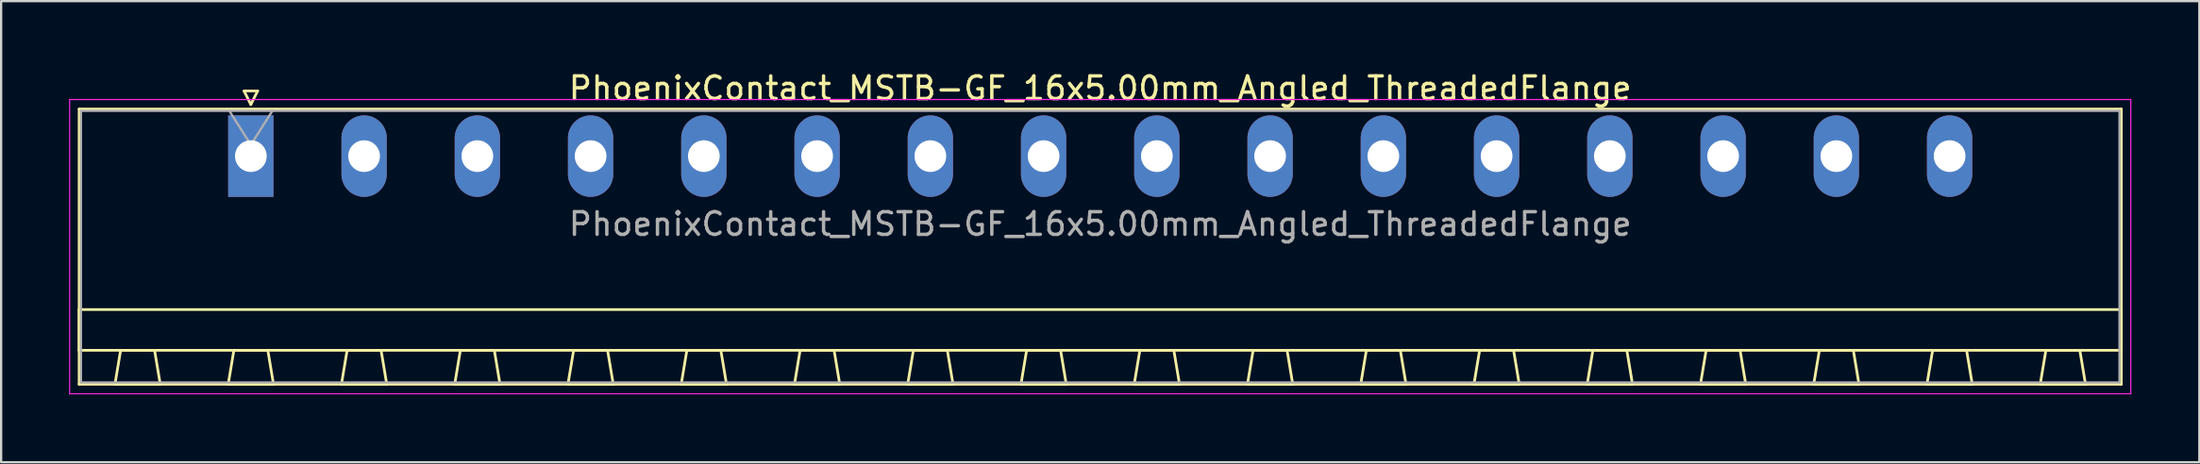
<source format=kicad_pcb>
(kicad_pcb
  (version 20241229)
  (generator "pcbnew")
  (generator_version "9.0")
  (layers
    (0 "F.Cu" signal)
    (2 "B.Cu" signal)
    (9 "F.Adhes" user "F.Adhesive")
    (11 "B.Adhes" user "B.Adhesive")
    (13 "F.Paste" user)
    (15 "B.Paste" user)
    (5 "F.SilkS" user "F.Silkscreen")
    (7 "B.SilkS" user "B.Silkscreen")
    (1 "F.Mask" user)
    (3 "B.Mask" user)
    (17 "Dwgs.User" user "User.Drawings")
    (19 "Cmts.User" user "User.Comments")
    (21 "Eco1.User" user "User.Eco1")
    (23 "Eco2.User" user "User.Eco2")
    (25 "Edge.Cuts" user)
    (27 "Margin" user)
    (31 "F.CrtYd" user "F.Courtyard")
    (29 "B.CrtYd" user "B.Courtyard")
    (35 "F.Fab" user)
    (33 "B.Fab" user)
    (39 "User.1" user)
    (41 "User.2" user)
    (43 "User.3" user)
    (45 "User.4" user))
  (footprint "PhoenixContact_MSTB-GF_16x5.00mm_Angled_ThreadedFlange"
    (layer "F.Cu")
    (at 8.025 3.848)
    (property "Reference" "PhoenixContact_MSTB-GF_16x5.00mm_Angled_ThreadedFlange" (at 37.5 -3 0) (layer "F.SilkS") (effects (font (size 1 1) (thickness 0.15))))
    (attr through_hole)
    (fp_line (start -7.58 -2.08) (end -7.58 10.08) (stroke (width 0.12) (type solid)) (layer "F.SilkS"))
    (fp_line (start -7.58 6.78) (end 82.58 6.78) (stroke (width 0.12) (type solid)) (layer "F.SilkS"))
    (fp_line (start -7.58 8.58) (end -7.58 6.78) (stroke (width 0.12) (type solid)) (layer "F.SilkS"))
    (fp_line (start -7.58 10.08) (end 82.58 10.08) (stroke (width 0.12) (type solid)) (layer "F.SilkS"))
    (fp_line (start -6 10.08) (end -4 10.08) (stroke (width 0.12) (type solid)) (layer "F.SilkS"))
    (fp_line (start -5.75 8.58) (end -6 10.08) (stroke (width 0.12) (type solid)) (layer "F.SilkS"))
    (fp_line (start -4.25 8.58) (end -5.75 8.58) (stroke (width 0.12) (type solid)) (layer "F.SilkS"))
    (fp_line (start -4 10.08) (end -4.25 8.58) (stroke (width 0.12) (type solid)) (layer "F.SilkS"))
    (fp_line (start -1 10.08) (end 1 10.08) (stroke (width 0.12) (type solid)) (layer "F.SilkS"))
    (fp_line (start -0.75 8.58) (end -1 10.08) (stroke (width 0.12) (type solid)) (layer "F.SilkS"))
    (fp_line (start -0.3 -2.88) (end 0.3 -2.88) (stroke (width 0.12) (type solid)) (layer "F.SilkS"))
    (fp_line (start 0 -2.28) (end -0.3 -2.88) (stroke (width 0.12) (type solid)) (layer "F.SilkS"))
    (fp_line (start 0.3 -2.88) (end 0 -2.28) (stroke (width 0.12) (type solid)) (layer "F.SilkS"))
    (fp_line (start 0.75 8.58) (end -0.75 8.58) (stroke (width 0.12) (type solid)) (layer "F.SilkS"))
    (fp_line (start 1 10.08) (end 0.75 8.58) (stroke (width 0.12) (type solid)) (layer "F.SilkS"))
    (fp_line (start 4 10.08) (end 6 10.08) (stroke (width 0.12) (type solid)) (layer "F.SilkS"))
    (fp_line (start 4.25 8.58) (end 4 10.08) (stroke (width 0.12) (type solid)) (layer "F.SilkS"))
    (fp_line (start 5.75 8.58) (end 4.25 8.58) (stroke (width 0.12) (type solid)) (layer "F.SilkS"))
    (fp_line (start 6 10.08) (end 5.75 8.58) (stroke (width 0.12) (type solid)) (layer "F.SilkS"))
    (fp_line (start 9 10.08) (end 11 10.08) (stroke (width 0.12) (type solid)) (layer "F.SilkS"))
    (fp_line (start 9.25 8.58) (end 9 10.08) (stroke (width 0.12) (type solid)) (layer "F.SilkS"))
    (fp_line (start 10.75 8.58) (end 9.25 8.58) (stroke (width 0.12) (type solid)) (layer "F.SilkS"))
    (fp_line (start 11 10.08) (end 10.75 8.58) (stroke (width 0.12) (type solid)) (layer "F.SilkS"))
    (fp_line (start 14 10.08) (end 16 10.08) (stroke (width 0.12) (type solid)) (layer "F.SilkS"))
    (fp_line (start 14.25 8.58) (end 14 10.08) (stroke (width 0.12) (type solid)) (layer "F.SilkS"))
    (fp_line (start 15.75 8.58) (end 14.25 8.58) (stroke (width 0.12) (type solid)) (layer "F.SilkS"))
    (fp_line (start 16 10.08) (end 15.75 8.58) (stroke (width 0.12) (type solid)) (layer "F.SilkS"))
    (fp_line (start 19 10.08) (end 21 10.08) (stroke (width 0.12) (type solid)) (layer "F.SilkS"))
    (fp_line (start 19.25 8.58) (end 19 10.08) (stroke (width 0.12) (type solid)) (layer "F.SilkS"))
    (fp_line (start 20.75 8.58) (end 19.25 8.58) (stroke (width 0.12) (type solid)) (layer "F.SilkS"))
    (fp_line (start 21 10.08) (end 20.75 8.58) (stroke (width 0.12) (type solid)) (layer "F.SilkS"))
    (fp_line (start 24 10.08) (end 26 10.08) (stroke (width 0.12) (type solid)) (layer "F.SilkS"))
    (fp_line (start 24.25 8.58) (end 24 10.08) (stroke (width 0.12) (type solid)) (layer "F.SilkS"))
    (fp_line (start 25.75 8.58) (end 24.25 8.58) (stroke (width 0.12) (type solid)) (layer "F.SilkS"))
    (fp_line (start 26 10.08) (end 25.75 8.58) (stroke (width 0.12) (type solid)) (layer "F.SilkS"))
    (fp_line (start 29 10.08) (end 31 10.08) (stroke (width 0.12) (type solid)) (layer "F.SilkS"))
    (fp_line (start 29.25 8.58) (end 29 10.08) (stroke (width 0.12) (type solid)) (layer "F.SilkS"))
    (fp_line (start 30.75 8.58) (end 29.25 8.58) (stroke (width 0.12) (type solid)) (layer "F.SilkS"))
    (fp_line (start 31 10.08) (end 30.75 8.58) (stroke (width 0.12) (type solid)) (layer "F.SilkS"))
    (fp_line (start 34 10.08) (end 36 10.08) (stroke (width 0.12) (type solid)) (layer "F.SilkS"))
    (fp_line (start 34.25 8.58) (end 34 10.08) (stroke (width 0.12) (type solid)) (layer "F.SilkS"))
    (fp_line (start 35.75 8.58) (end 34.25 8.58) (stroke (width 0.12) (type solid)) (layer "F.SilkS"))
    (fp_line (start 36 10.08) (end 35.75 8.58) (stroke (width 0.12) (type solid)) (layer "F.SilkS"))
    (fp_line (start 39 10.08) (end 41 10.08) (stroke (width 0.12) (type solid)) (layer "F.SilkS"))
    (fp_line (start 39.25 8.58) (end 39 10.08) (stroke (width 0.12) (type solid)) (layer "F.SilkS"))
    (fp_line (start 40.75 8.58) (end 39.25 8.58) (stroke (width 0.12) (type solid)) (layer "F.SilkS"))
    (fp_line (start 41 10.08) (end 40.75 8.58) (stroke (width 0.12) (type solid)) (layer "F.SilkS"))
    (fp_line (start 44 10.08) (end 46 10.08) (stroke (width 0.12) (type solid)) (layer "F.SilkS"))
    (fp_line (start 44.25 8.58) (end 44 10.08) (stroke (width 0.12) (type solid)) (layer "F.SilkS"))
    (fp_line (start 45.75 8.58) (end 44.25 8.58) (stroke (width 0.12) (type solid)) (layer "F.SilkS"))
    (fp_line (start 46 10.08) (end 45.75 8.58) (stroke (width 0.12) (type solid)) (layer "F.SilkS"))
    (fp_line (start 49 10.08) (end 51 10.08) (stroke (width 0.12) (type solid)) (layer "F.SilkS"))
    (fp_line (start 49.25 8.58) (end 49 10.08) (stroke (width 0.12) (type solid)) (layer "F.SilkS"))
    (fp_line (start 50.75 8.58) (end 49.25 8.58) (stroke (width 0.12) (type solid)) (layer "F.SilkS"))
    (fp_line (start 51 10.08) (end 50.75 8.58) (stroke (width 0.12) (type solid)) (layer "F.SilkS"))
    (fp_line (start 54 10.08) (end 56 10.08) (stroke (width 0.12) (type solid)) (layer "F.SilkS"))
    (fp_line (start 54.25 8.58) (end 54 10.08) (stroke (width 0.12) (type solid)) (layer "F.SilkS"))
    (fp_line (start 55.75 8.58) (end 54.25 8.58) (stroke (width 0.12) (type solid)) (layer "F.SilkS"))
    (fp_line (start 56 10.08) (end 55.75 8.58) (stroke (width 0.12) (type solid)) (layer "F.SilkS"))
    (fp_line (start 59 10.08) (end 61 10.08) (stroke (width 0.12) (type solid)) (layer "F.SilkS"))
    (fp_line (start 59.25 8.58) (end 59 10.08) (stroke (width 0.12) (type solid)) (layer "F.SilkS"))
    (fp_line (start 60.75 8.58) (end 59.25 8.58) (stroke (width 0.12) (type solid)) (layer "F.SilkS"))
    (fp_line (start 61 10.08) (end 60.75 8.58) (stroke (width 0.12) (type solid)) (layer "F.SilkS"))
    (fp_line (start 64 10.08) (end 66 10.08) (stroke (width 0.12) (type solid)) (layer "F.SilkS"))
    (fp_line (start 64.25 8.58) (end 64 10.08) (stroke (width 0.12) (type solid)) (layer "F.SilkS"))
    (fp_line (start 65.75 8.58) (end 64.25 8.58) (stroke (width 0.12) (type solid)) (layer "F.SilkS"))
    (fp_line (start 66 10.08) (end 65.75 8.58) (stroke (width 0.12) (type solid)) (layer "F.SilkS"))
    (fp_line (start 69 10.08) (end 71 10.08) (stroke (width 0.12) (type solid)) (layer "F.SilkS"))
    (fp_line (start 69.25 8.58) (end 69 10.08) (stroke (width 0.12) (type solid)) (layer "F.SilkS"))
    (fp_line (start 70.75 8.58) (end 69.25 8.58) (stroke (width 0.12) (type solid)) (layer "F.SilkS"))
    (fp_line (start 71 10.08) (end 70.75 8.58) (stroke (width 0.12) (type solid)) (layer "F.SilkS"))
    (fp_line (start 74 10.08) (end 76 10.08) (stroke (width 0.12) (type solid)) (layer "F.SilkS"))
    (fp_line (start 74.25 8.58) (end 74 10.08) (stroke (width 0.12) (type solid)) (layer "F.SilkS"))
    (fp_line (start 75.75 8.58) (end 74.25 8.58) (stroke (width 0.12) (type solid)) (layer "F.SilkS"))
    (fp_line (start 76 10.08) (end 75.75 8.58) (stroke (width 0.12) (type solid)) (layer "F.SilkS"))
    (fp_line (start 79 10.08) (end 81 10.08) (stroke (width 0.12) (type solid)) (layer "F.SilkS"))
    (fp_line (start 79.25 8.58) (end 79 10.08) (stroke (width 0.12) (type solid)) (layer "F.SilkS"))
    (fp_line (start 80.75 8.58) (end 79.25 8.58) (stroke (width 0.12) (type solid)) (layer "F.SilkS"))
    (fp_line (start 81 10.08) (end 80.75 8.58) (stroke (width 0.12) (type solid)) (layer "F.SilkS"))
    (fp_line (start 82.58 -2.08) (end -7.58 -2.08) (stroke (width 0.12) (type solid)) (layer "F.SilkS"))
    (fp_line (start 82.58 6.78) (end 82.58 8.58) (stroke (width 0.12) (type solid)) (layer "F.SilkS"))
    (fp_line (start 82.58 8.58) (end -7.58 8.58) (stroke (width 0.12) (type solid)) (layer "F.SilkS"))
    (fp_line (start 82.58 10.08) (end 82.58 -2.08) (stroke (width 0.12) (type solid)) (layer "F.SilkS"))
    (fp_line (start -8 -2.5) (end -8 10.5) (stroke (width 0.05) (type solid)) (layer "F.CrtYd"))
    (fp_line (start -8 10.5) (end 83 10.5) (stroke (width 0.05) (type solid)) (layer "F.CrtYd"))
    (fp_line (start 83 -2.5) (end -8 -2.5) (stroke (width 0.05) (type solid)) (layer "F.CrtYd"))
    (fp_line (start 83 10.5) (end 83 -2.5) (stroke (width 0.05) (type solid)) (layer "F.CrtYd"))
    (fp_line (start -7.5 -2) (end -7.5 10) (stroke (width 0.1) (type solid)) (layer "F.Fab"))
    (fp_line (start -7.5 10) (end 82.5 10) (stroke (width 0.1) (type solid)) (layer "F.Fab"))
    (fp_line (start 0 -0.5) (end -0.95 -2) (stroke (width 0.1) (type solid)) (layer "F.Fab"))
    (fp_line (start 0.95 -2) (end 0 -0.5) (stroke (width 0.1) (type solid)) (layer "F.Fab"))
    (fp_line (start 82.5 -2) (end -7.5 -2) (stroke (width 0.1) (type solid)) (layer "F.Fab"))
    (fp_line (start 82.5 10) (end 82.5 -2) (stroke (width 0.1) (type solid)) (layer "F.Fab"))
    (fp_text user "${REFERENCE}" (at 37.5 3 0) (layer "F.Fab") (effects (font (size 1 1) (thickness 0.15))))
    (pad "1" thru_hole rect (at 0 0) (size 2 3.6) (drill 1.4) (layers "*.Cu" "*.Mask"))
    (pad "2" thru_hole oval (at 5 0) (size 2 3.6) (drill 1.4) (layers "*.Cu" "*.Mask"))
    (pad "3" thru_hole oval (at 10 0) (size 2 3.6) (drill 1.4) (layers "*.Cu" "*.Mask"))
    (pad "4" thru_hole oval (at 15 0) (size 2 3.6) (drill 1.4) (layers "*.Cu" "*.Mask"))
    (pad "5" thru_hole oval (at 20 0) (size 2 3.6) (drill 1.4) (layers "*.Cu" "*.Mask"))
    (pad "6" thru_hole oval (at 25 0) (size 2 3.6) (drill 1.4) (layers "*.Cu" "*.Mask"))
    (pad "7" thru_hole oval (at 30 0) (size 2 3.6) (drill 1.4) (layers "*.Cu" "*.Mask"))
    (pad "8" thru_hole oval (at 35 0) (size 2 3.6) (drill 1.4) (layers "*.Cu" "*.Mask"))
    (pad "9" thru_hole oval (at 40 0) (size 2 3.6) (drill 1.4) (layers "*.Cu" "*.Mask"))
    (pad "10" thru_hole oval (at 45 0) (size 2 3.6) (drill 1.4) (layers "*.Cu" "*.Mask"))
    (pad "11" thru_hole oval (at 50 0) (size 2 3.6) (drill 1.4) (layers "*.Cu" "*.Mask"))
    (pad "12" thru_hole oval (at 55 0) (size 2 3.6) (drill 1.4) (layers "*.Cu" "*.Mask"))
    (pad "13" thru_hole oval (at 60 0) (size 2 3.6) (drill 1.4) (layers "*.Cu" "*.Mask"))
    (pad "14" thru_hole oval (at 65 0) (size 2 3.6) (drill 1.4) (layers "*.Cu" "*.Mask"))
    (pad "15" thru_hole oval (at 70 0) (size 2 3.6) (drill 1.4) (layers "*.Cu" "*.Mask"))
    (pad "16" thru_hole oval (at 75 0) (size 2 3.6) (drill 1.4) (layers "*.Cu" "*.Mask")))
  (gr_rect
    (start -3 -3)
    (end 94.05 17.373)
    (stroke (width 0.1) (type default))
    (fill no)
    (layer "Edge.Cuts")))
</source>
